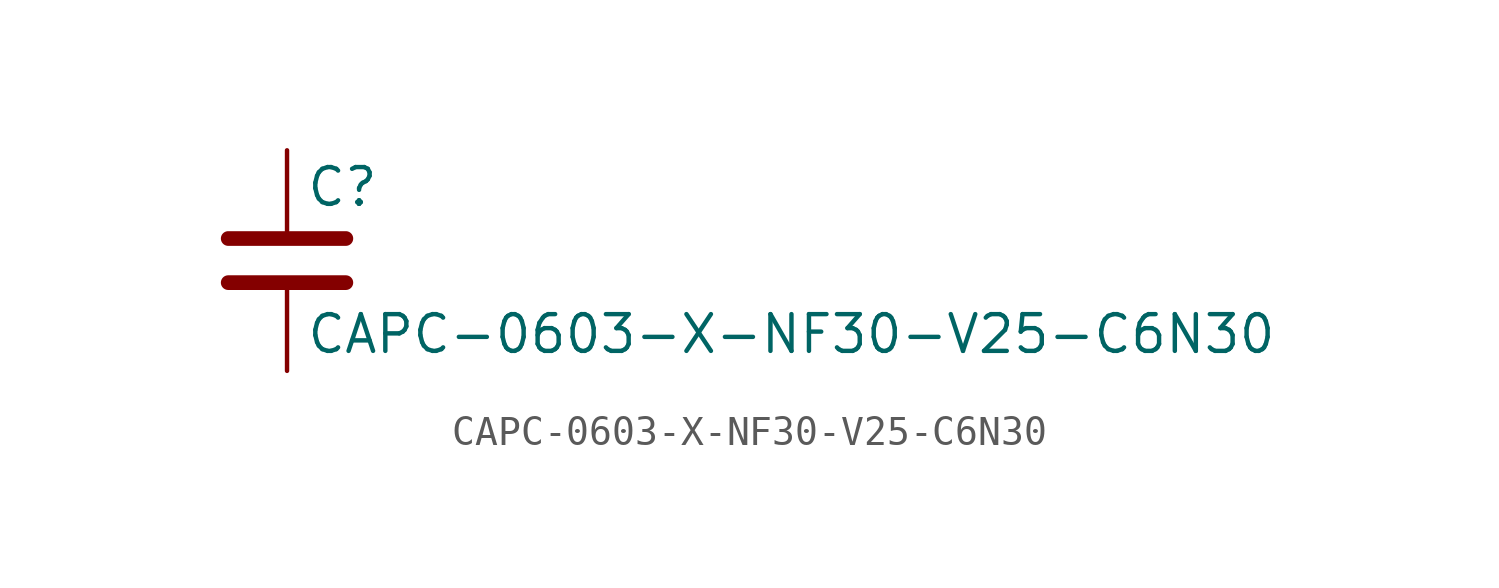
<source format=kicad_sym>
(kicad_symbol_lib
  (version 20211014)
  (generator kicad_symbol_editor)
  (symbol "CAPC-0603-X-NF30-V25-C6N30"
    (pin_numbers hide)
    (pin_names
      (offset 0.254))
    (property "Reference" "C"
      (at 0.635 2.54 0)
      (effects (font (size 1.27 1.27)) (justify left)))
    (property "Value" "CAPC-0603-X-NF30-V25-C6N30"
      (at 0.635 -2.54 0)
      (effects (font (size 1.27 1.27)) (justify left)))
    (symbol "CAPC-0603-X-NF30-V25-C6N30_0_1"
      (polyline (pts (xy -2.032 -0.762) (xy 2.032 -0.762)) (stroke (width 0.508) (type default) (color 0 0 0 0)) (fill (type none)))
      (polyline (pts (xy -2.032 0.762) (xy 2.032 0.762)) (stroke (width 0.508) (type default) (color 0 0 0 0)) (fill (type none))))
    (symbol "CAPC-0603-X-NF30-V25-C6N30_1_1"
      (pin passive line (at 0 3.81 270) (length 2.794) (name "~" (effects (font (size 1.27 1.27)))) (number "1" (effects (font (size 1.27 1.27)))))
      (pin passive line (at 0 -3.81 90) (length 2.794) (name "~" (effects (font (size 1.27 1.27)))) (number "2" (effects (font (size 1.27 1.27))))))))
</source>
